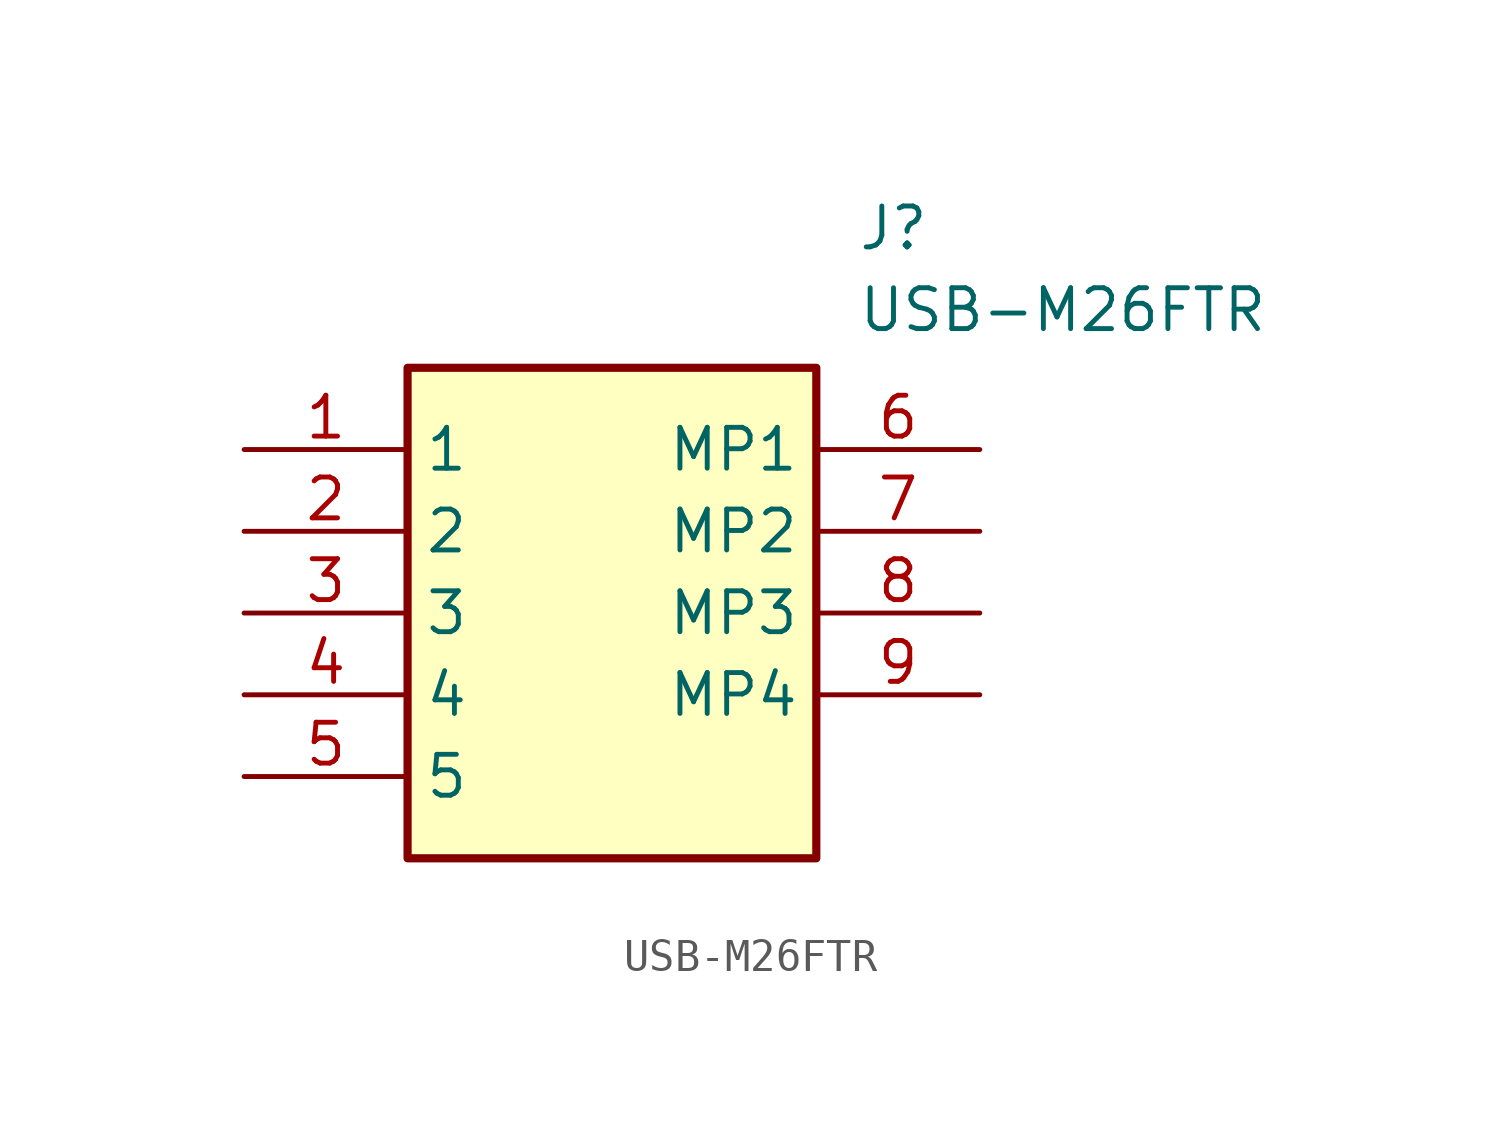
<source format=kicad_sym>
(kicad_symbol_lib
  (version 20211014)
  (generator SamacSys_ECAD_Model)
  (symbol "USB-M26FTR"
    (property "Reference" "J"
      (at 19.05 7.62 0)
      (effects (font (size 1.27 1.27)) (justify left top)))
    (property "Value" "USB-M26FTR"
      (at 19.05 5.08 0)
      (effects (font (size 1.27 1.27)) (justify left top)))
    (rectangle
      (start 5.08 2.54)
      (end 17.78 -12.7)
      (stroke (width 0.254) (type default))
      (fill (type background)))
    (pin passive line
      (at 0 0 0)
      (length 5.08)
      (name "1" (effects (font (size 1.27 1.27))))
      (number "1" (effects (font (size 1.27 1.27)))))
    (pin passive line
      (at 0 -2.54 0)
      (length 5.08)
      (name "2" (effects (font (size 1.27 1.27))))
      (number "2" (effects (font (size 1.27 1.27)))))
    (pin passive line
      (at 0 -5.08 0)
      (length 5.08)
      (name "3" (effects (font (size 1.27 1.27))))
      (number "3" (effects (font (size 1.27 1.27)))))
    (pin passive line
      (at 0 -7.62 0)
      (length 5.08)
      (name "4" (effects (font (size 1.27 1.27))))
      (number "4" (effects (font (size 1.27 1.27)))))
    (pin passive line
      (at 0 -10.16 0)
      (length 5.08)
      (name "5" (effects (font (size 1.27 1.27))))
      (number "5" (effects (font (size 1.27 1.27)))))
    (pin passive line
      (at 22.86 0 180)
      (length 5.08)
      (name "MP1" (effects (font (size 1.27 1.27))))
      (number "6" (effects (font (size 1.27 1.27)))))
    (pin passive line
      (at 22.86 -2.54 180)
      (length 5.08)
      (name "MP2" (effects (font (size 1.27 1.27))))
      (number "7" (effects (font (size 1.27 1.27)))))
    (pin passive line
      (at 22.86 -5.08 180)
      (length 5.08)
      (name "MP3" (effects (font (size 1.27 1.27))))
      (number "8" (effects (font (size 1.27 1.27)))))
    (pin passive line
      (at 22.86 -7.62 180)
      (length 5.08)
      (name "MP4" (effects (font (size 1.27 1.27))))
      (number "9" (effects (font (size 1.27 1.27)))))))
</source>
